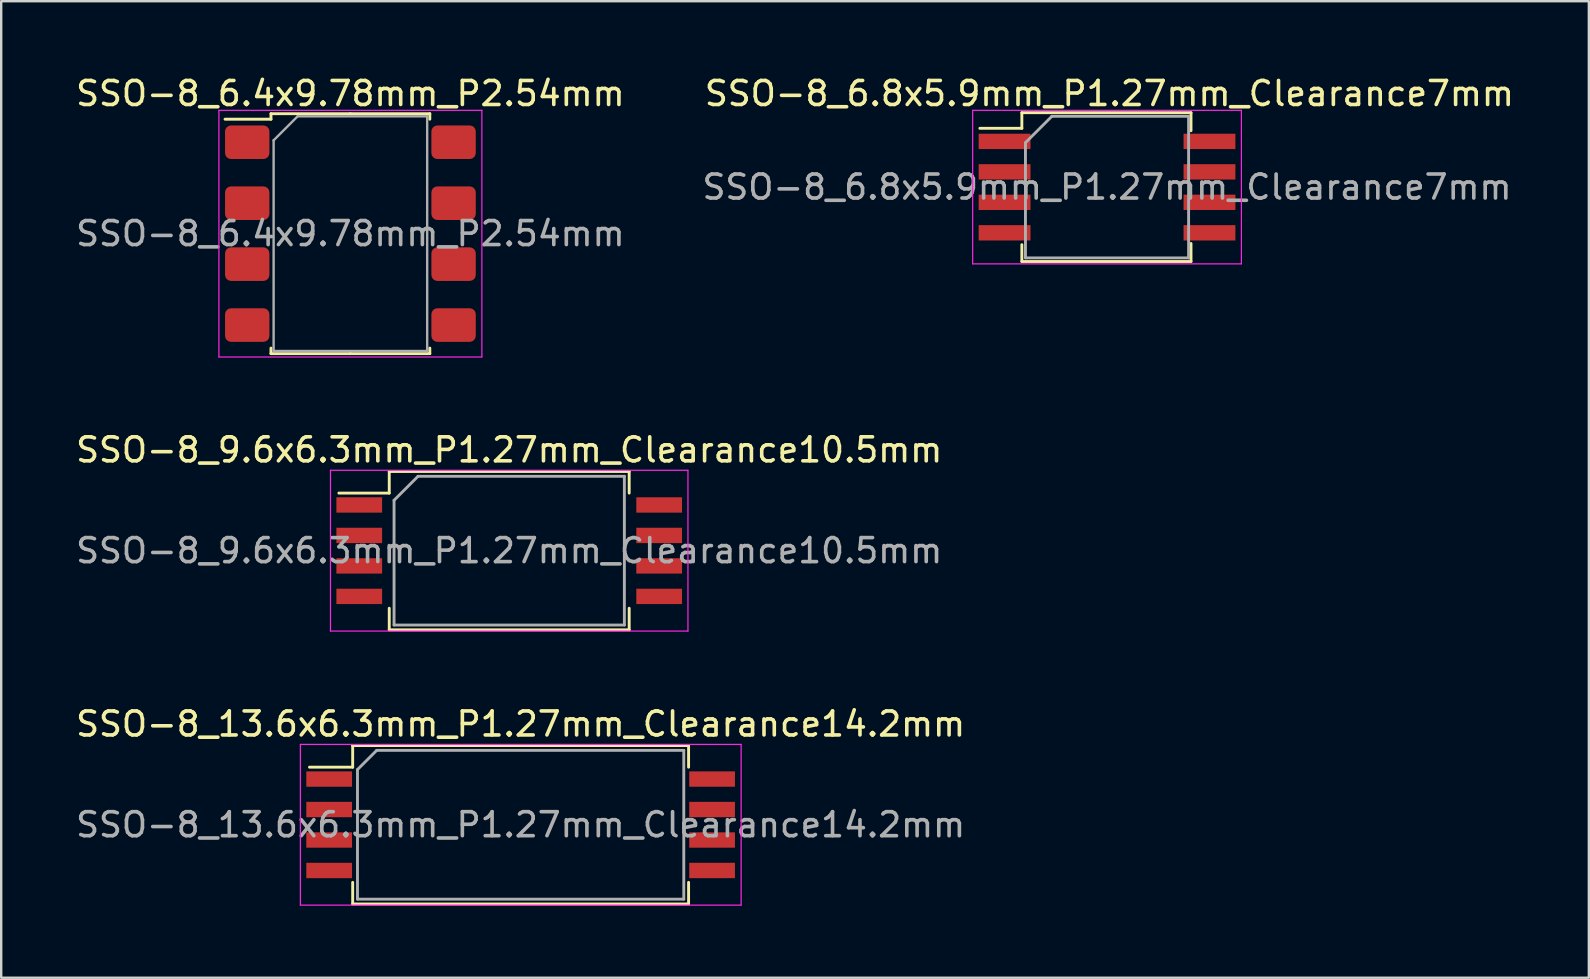
<source format=kicad_pcb>
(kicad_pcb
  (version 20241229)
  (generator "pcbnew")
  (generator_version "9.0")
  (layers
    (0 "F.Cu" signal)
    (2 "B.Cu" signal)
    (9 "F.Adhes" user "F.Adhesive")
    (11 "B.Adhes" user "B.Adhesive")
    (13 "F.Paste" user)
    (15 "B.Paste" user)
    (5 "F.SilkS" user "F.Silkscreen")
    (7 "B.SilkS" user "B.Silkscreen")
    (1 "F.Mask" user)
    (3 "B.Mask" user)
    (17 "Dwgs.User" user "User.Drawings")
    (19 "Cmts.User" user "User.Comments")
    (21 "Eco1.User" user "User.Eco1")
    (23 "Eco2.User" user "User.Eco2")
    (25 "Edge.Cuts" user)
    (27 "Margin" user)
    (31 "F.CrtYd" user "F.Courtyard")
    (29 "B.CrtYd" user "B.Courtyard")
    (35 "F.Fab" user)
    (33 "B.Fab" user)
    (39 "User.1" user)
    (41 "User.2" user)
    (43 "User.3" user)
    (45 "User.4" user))
  (footprint "SSO-8_6.8x5.9mm_P1.27mm_Clearance7mm"
    (layer "F.Cu")
    (at 43.089 4.748)
    (property "Reference" "SSO-8_6.8x5.9mm_P1.27mm_Clearance7mm" (at 0.1 -3.9 0) (layer "F.SilkS") (effects (font (size 1 1) (thickness 0.15))))
    (attr smd)
    (fp_line (start -3.55 -3.1) (end -3.55 -2.45) (stroke (width 0.12) (type solid)) (layer "F.SilkS"))
    (fp_line (start -3.55 -2.45) (end -5.3 -2.45) (stroke (width 0.12) (type solid)) (layer "F.SilkS"))
    (fp_line (start -3.55 2.4) (end -3.55 3.1) (stroke (width 0.12) (type solid)) (layer "F.SilkS"))
    (fp_line (start -3.55 3.1) (end 3.5 3.1) (stroke (width 0.12) (type solid)) (layer "F.SilkS"))
    (fp_line (start 3.5 -3.1) (end -3.55 -3.1) (stroke (width 0.12) (type solid)) (layer "F.SilkS"))
    (fp_line (start 3.5 -2.35) (end 3.5 -3.1) (stroke (width 0.12) (type solid)) (layer "F.SilkS"))
    (fp_line (start 3.5 3.1) (end 3.5 2.35) (stroke (width 0.12) (type solid)) (layer "F.SilkS"))
    (fp_line (start -5.6 -3.2) (end -5.6 3.2) (stroke (width 0.05) (type solid)) (layer "F.CrtYd"))
    (fp_line (start -5.6 -3.2) (end 5.6 -3.2) (stroke (width 0.05) (type solid)) (layer "F.CrtYd"))
    (fp_line (start 5.6 3.2) (end -5.6 3.2) (stroke (width 0.05) (type solid)) (layer "F.CrtYd"))
    (fp_line (start 5.6 3.2) (end 5.6 -3.2) (stroke (width 0.05) (type solid)) (layer "F.CrtYd"))
    (fp_line (start -3.4 -1.85) (end -3.4 2.95) (stroke (width 0.12) (type solid)) (layer "F.Fab"))
    (fp_line (start -3.4 2.95) (end 3.4 2.95) (stroke (width 0.12) (type solid)) (layer "F.Fab"))
    (fp_line (start -2.3 -2.95) (end -3.4 -1.85) (stroke (width 0.12) (type solid)) (layer "F.Fab"))
    (fp_line (start 3.4 -2.95) (end -2.3 -2.95) (stroke (width 0.12) (type solid)) (layer "F.Fab"))
    (fp_line (start 3.4 2.95) (end 3.4 -2.95) (stroke (width 0.12) (type solid)) (layer "F.Fab"))
    (fp_text user "${REFERENCE}" (at 0 0 0) (layer "F.Fab") (effects (font (size 1 1) (thickness 0.15))))
    (pad "1" smd rect (at -4.27 -1.905) (size 2.16 0.64) (layers "F.Cu" "F.Mask" "F.Paste"))
    (pad "2" smd rect (at -4.27 -0.635) (size 2.16 0.64) (layers "F.Cu" "F.Mask" "F.Paste"))
    (pad "3" smd rect (at -4.27 0.635) (size 2.16 0.64) (layers "F.Cu" "F.Mask" "F.Paste"))
    (pad "4" smd rect (at -4.27 1.905) (size 2.16 0.64) (layers "F.Cu" "F.Mask" "F.Paste"))
    (pad "5" smd rect (at 4.27 1.905) (size 2.16 0.64) (layers "F.Cu" "F.Mask" "F.Paste"))
    (pad "6" smd rect (at 4.27 0.635) (size 2.16 0.64) (layers "F.Cu" "F.Mask" "F.Paste"))
    (pad "7" smd rect (at 4.27 -0.635) (size 2.16 0.64) (layers "F.Cu" "F.Mask" "F.Paste"))
    (pad "8" smd rect (at 4.27 -1.905) (size 2.16 0.64) (layers "F.Cu" "F.Mask" "F.Paste")))
  (footprint "SSO-8_9.6x6.3mm_P1.27mm_Clearance10.5mm"
    (layer "F.Cu")
    (at 18.173 19.901)
    (property "Reference" "SSO-8_9.6x6.3mm_P1.27mm_Clearance10.5mm" (at 0 -4.2 0) (layer "F.SilkS") (effects (font (size 1 1) (thickness 0.15))))
    (attr smd)
    (fp_line (start -7.1 -2.4) (end -5 -2.4) (stroke (width 0.12) (type solid)) (layer "F.SilkS"))
    (fp_line (start -5 -3.3) (end 5 -3.3) (stroke (width 0.12) (type solid)) (layer "F.SilkS"))
    (fp_line (start -5 -2.4) (end -5 -3.3) (stroke (width 0.12) (type solid)) (layer "F.SilkS"))
    (fp_line (start -5 3.3) (end -5 2.4) (stroke (width 0.12) (type solid)) (layer "F.SilkS"))
    (fp_line (start 5 -3.3) (end 5 -2.4) (stroke (width 0.12) (type solid)) (layer "F.SilkS"))
    (fp_line (start 5 2.4) (end 5 3.3) (stroke (width 0.12) (type solid)) (layer "F.SilkS"))
    (fp_line (start 5 3.3) (end -5 3.3) (stroke (width 0.12) (type solid)) (layer "F.SilkS"))
    (fp_line (start -7.45 -3.35) (end -7.45 3.35) (stroke (width 0.05) (type solid)) (layer "F.CrtYd"))
    (fp_line (start -7.45 -3.35) (end 7.45 -3.35) (stroke (width 0.05) (type solid)) (layer "F.CrtYd"))
    (fp_line (start 7.45 3.35) (end -7.45 3.35) (stroke (width 0.05) (type solid)) (layer "F.CrtYd"))
    (fp_line (start 7.45 3.35) (end 7.45 -3.35) (stroke (width 0.05) (type solid)) (layer "F.CrtYd"))
    (fp_line (start -4.8 -2.1) (end -4.8 3.1) (stroke (width 0.12) (type solid)) (layer "F.Fab"))
    (fp_line (start -4.8 3.1) (end 4.8 3.1) (stroke (width 0.12) (type solid)) (layer "F.Fab"))
    (fp_line (start -3.8 -3.1) (end -4.8 -2.1) (stroke (width 0.12) (type solid)) (layer "F.Fab"))
    (fp_line (start 4.8 -3.1) (end -3.8 -3.1) (stroke (width 0.12) (type solid)) (layer "F.Fab"))
    (fp_line (start 4.8 3.1) (end 4.8 -3.1) (stroke (width 0.12) (type solid)) (layer "F.Fab"))
    (fp_text user "${REFERENCE}" (at 0 0 0) (layer "F.Fab") (effects (font (size 1 1) (thickness 0.15))))
    (pad "1" smd rect (at -6.25 -1.905) (size 1.905 0.64) (layers "F.Cu" "F.Mask" "F.Paste"))
    (pad "2" smd rect (at -6.25 -0.635) (size 1.905 0.64) (layers "F.Cu" "F.Mask" "F.Paste"))
    (pad "3" smd rect (at -6.25 0.635) (size 1.905 0.64) (layers "F.Cu" "F.Mask" "F.Paste"))
    (pad "4" smd rect (at -6.25 1.905) (size 1.905 0.64) (layers "F.Cu" "F.Mask" "F.Paste"))
    (pad "5" smd rect (at 6.25 1.905) (size 1.905 0.64) (layers "F.Cu" "F.Mask" "F.Paste"))
    (pad "6" smd rect (at 6.25 0.635) (size 1.905 0.64) (layers "F.Cu" "F.Mask" "F.Paste"))
    (pad "7" smd rect (at 6.25 -0.635) (size 1.905 0.64) (layers "F.Cu" "F.Mask" "F.Paste"))
    (pad "8" smd rect (at 6.25 -1.905) (size 1.905 0.64) (layers "F.Cu" "F.Mask" "F.Paste")))
  (footprint "SSO-8_13.6x6.3mm_P1.27mm_Clearance14.2mm"
    (layer "F.Cu")
    (at 18.649 31.325)
    (property "Reference" "SSO-8_13.6x6.3mm_P1.27mm_Clearance14.2mm" (at 0 -4.2 0) (layer "F.SilkS") (effects (font (size 1 1) (thickness 0.15))))
    (attr smd)
    (fp_line (start -8.8 -2.4) (end -7 -2.4) (stroke (width 0.12) (type solid)) (layer "F.SilkS"))
    (fp_line (start -7 -3.3) (end 7 -3.3) (stroke (width 0.12) (type solid)) (layer "F.SilkS"))
    (fp_line (start -7 -2.4) (end -7 -3.3) (stroke (width 0.12) (type solid)) (layer "F.SilkS"))
    (fp_line (start -7 3.3) (end -7 2.4) (stroke (width 0.12) (type solid)) (layer "F.SilkS"))
    (fp_line (start 7 -3.3) (end 7 -2.4) (stroke (width 0.12) (type solid)) (layer "F.SilkS"))
    (fp_line (start 7 2.4) (end 7 3.3) (stroke (width 0.12) (type solid)) (layer "F.SilkS"))
    (fp_line (start 7 3.3) (end -7 3.3) (stroke (width 0.12) (type solid)) (layer "F.SilkS"))
    (fp_line (start -9.18 -3.35) (end -9.18 3.35) (stroke (width 0.05) (type solid)) (layer "F.CrtYd"))
    (fp_line (start -9.18 -3.35) (end 9.19 -3.35) (stroke (width 0.05) (type solid)) (layer "F.CrtYd"))
    (fp_line (start 9.19 3.35) (end -9.18 3.35) (stroke (width 0.05) (type solid)) (layer "F.CrtYd"))
    (fp_line (start 9.19 3.35) (end 9.19 -3.35) (stroke (width 0.05) (type solid)) (layer "F.CrtYd"))
    (fp_line (start -6.8 -2.3) (end -6.8 3.1) (stroke (width 0.12) (type solid)) (layer "F.Fab"))
    (fp_line (start -6.8 3.1) (end 6.8 3.1) (stroke (width 0.12) (type solid)) (layer "F.Fab"))
    (fp_line (start -6 -3.1) (end -6.8 -2.3) (stroke (width 0.12) (type solid)) (layer "F.Fab"))
    (fp_line (start 6.8 -3.1) (end -6 -3.1) (stroke (width 0.12) (type solid)) (layer "F.Fab"))
    (fp_line (start 6.8 3.1) (end 6.8 -3.1) (stroke (width 0.12) (type solid)) (layer "F.Fab"))
    (fp_text user "${REFERENCE}" (at 0 0 0) (layer "F.Fab") (effects (font (size 1 1) (thickness 0.15))))
    (pad "1" smd rect (at -7.98 -1.905) (size 1.905 0.64) (layers "F.Cu" "F.Mask" "F.Paste"))
    (pad "2" smd rect (at -7.98 -0.635) (size 1.905 0.64) (layers "F.Cu" "F.Mask" "F.Paste"))
    (pad "3" smd rect (at -7.98 0.635) (size 1.905 0.64) (layers "F.Cu" "F.Mask" "F.Paste"))
    (pad "4" smd rect (at -7.98 1.905) (size 1.905 0.64) (layers "F.Cu" "F.Mask" "F.Paste"))
    (pad "5" smd rect (at 7.98 1.905) (size 1.905 0.64) (layers "F.Cu" "F.Mask" "F.Paste"))
    (pad "6" smd rect (at 7.98 0.635) (size 1.905 0.64) (layers "F.Cu" "F.Mask" "F.Paste"))
    (pad "7" smd rect (at 7.98 -0.635) (size 1.905 0.64) (layers "F.Cu" "F.Mask" "F.Paste"))
    (pad "8" smd rect (at 7.98 -1.905) (size 1.905 0.64) (layers "F.Cu" "F.Mask" "F.Paste")))
  (footprint "SSO-8_6.4x9.78mm_P2.54mm"
    (layer "F.Cu")
    (at 11.554 6.688)
    (property "Reference" "SSO-8_6.4x9.78mm_P2.54mm" (at 0 -5.84 0) (layer "F.SilkS") (effects (font (size 1 1) (thickness 0.15))))
    (attr smd)
    (fp_line (start -3.31 -5) (end -3.31 -4.77) (stroke (width 0.12) (type solid)) (layer "F.SilkS"))
    (fp_line (start -3.31 -4.77) (end -5.225 -4.77) (stroke (width 0.12) (type solid)) (layer "F.SilkS"))
    (fp_line (start -3.31 5) (end -3.31 4.77) (stroke (width 0.12) (type solid)) (layer "F.SilkS"))
    (fp_line (start 0 -5) (end -3.31 -5) (stroke (width 0.12) (type solid)) (layer "F.SilkS"))
    (fp_line (start 0 -5) (end 3.31 -5) (stroke (width 0.12) (type solid)) (layer "F.SilkS"))
    (fp_line (start 0 5) (end -3.31 5) (stroke (width 0.12) (type solid)) (layer "F.SilkS"))
    (fp_line (start 0 5) (end 3.31 5) (stroke (width 0.12) (type solid)) (layer "F.SilkS"))
    (fp_line (start 3.31 -5) (end 3.31 -4.77) (stroke (width 0.12) (type solid)) (layer "F.SilkS"))
    (fp_line (start 3.31 5) (end 3.31 4.77) (stroke (width 0.12) (type solid)) (layer "F.SilkS"))
    (fp_line (start -5.48 -5.14) (end -5.48 5.14) (stroke (width 0.05) (type solid)) (layer "F.CrtYd"))
    (fp_line (start -5.48 5.14) (end 5.48 5.14) (stroke (width 0.05) (type solid)) (layer "F.CrtYd"))
    (fp_line (start 5.48 -5.14) (end -5.48 -5.14) (stroke (width 0.05) (type solid)) (layer "F.CrtYd"))
    (fp_line (start 5.48 5.14) (end 5.48 -5.14) (stroke (width 0.05) (type solid)) (layer "F.CrtYd"))
    (fp_line (start -3.2 -3.89) (end -2.2 -4.89) (stroke (width 0.1) (type solid)) (layer "F.Fab"))
    (fp_line (start -3.2 4.89) (end -3.2 -3.89) (stroke (width 0.1) (type solid)) (layer "F.Fab"))
    (fp_line (start -2.2 -4.89) (end 3.2 -4.89) (stroke (width 0.1) (type solid)) (layer "F.Fab"))
    (fp_line (start 3.2 -4.89) (end 3.2 4.89) (stroke (width 0.1) (type solid)) (layer "F.Fab"))
    (fp_line (start 3.2 4.89) (end -3.2 4.89) (stroke (width 0.1) (type solid)) (layer "F.Fab"))
    (fp_text user "${REFERENCE}" (at 0 0 0) (layer "F.Fab") (effects (font (size 1 1) (thickness 0.15))))
    (pad "1" smd roundrect (at -4.3 -3.81) (size 1.85 1.4) (layers "F.Cu" "F.Mask" "F.Paste") (roundrect_rratio 0.179))
    (pad "2" smd roundrect (at -4.3 -1.27) (size 1.85 1.4) (layers "F.Cu" "F.Mask" "F.Paste") (roundrect_rratio 0.179))
    (pad "3" smd roundrect (at -4.3 1.27) (size 1.85 1.4) (layers "F.Cu" "F.Mask" "F.Paste") (roundrect_rratio 0.179))
    (pad "4" smd roundrect (at -4.3 3.81) (size 1.85 1.4) (layers "F.Cu" "F.Mask" "F.Paste") (roundrect_rratio 0.179))
    (pad "5" smd roundrect (at 4.3 3.81) (size 1.85 1.4) (layers "F.Cu" "F.Mask" "F.Paste") (roundrect_rratio 0.179))
    (pad "6" smd roundrect (at 4.3 1.27) (size 1.85 1.4) (layers "F.Cu" "F.Mask" "F.Paste") (roundrect_rratio 0.179))
    (pad "7" smd roundrect (at 4.3 -1.27) (size 1.85 1.4) (layers "F.Cu" "F.Mask" "F.Paste") (roundrect_rratio 0.179))
    (pad "8" smd roundrect (at 4.3 -3.81) (size 1.85 1.4) (layers "F.Cu" "F.Mask" "F.Paste") (roundrect_rratio 0.179)))
  (gr_rect
    (start -3 -3)
    (end 63.171 37.7)
    (stroke (width 0.1) (type default))
    (fill no)
    (layer "Edge.Cuts")))
</source>
